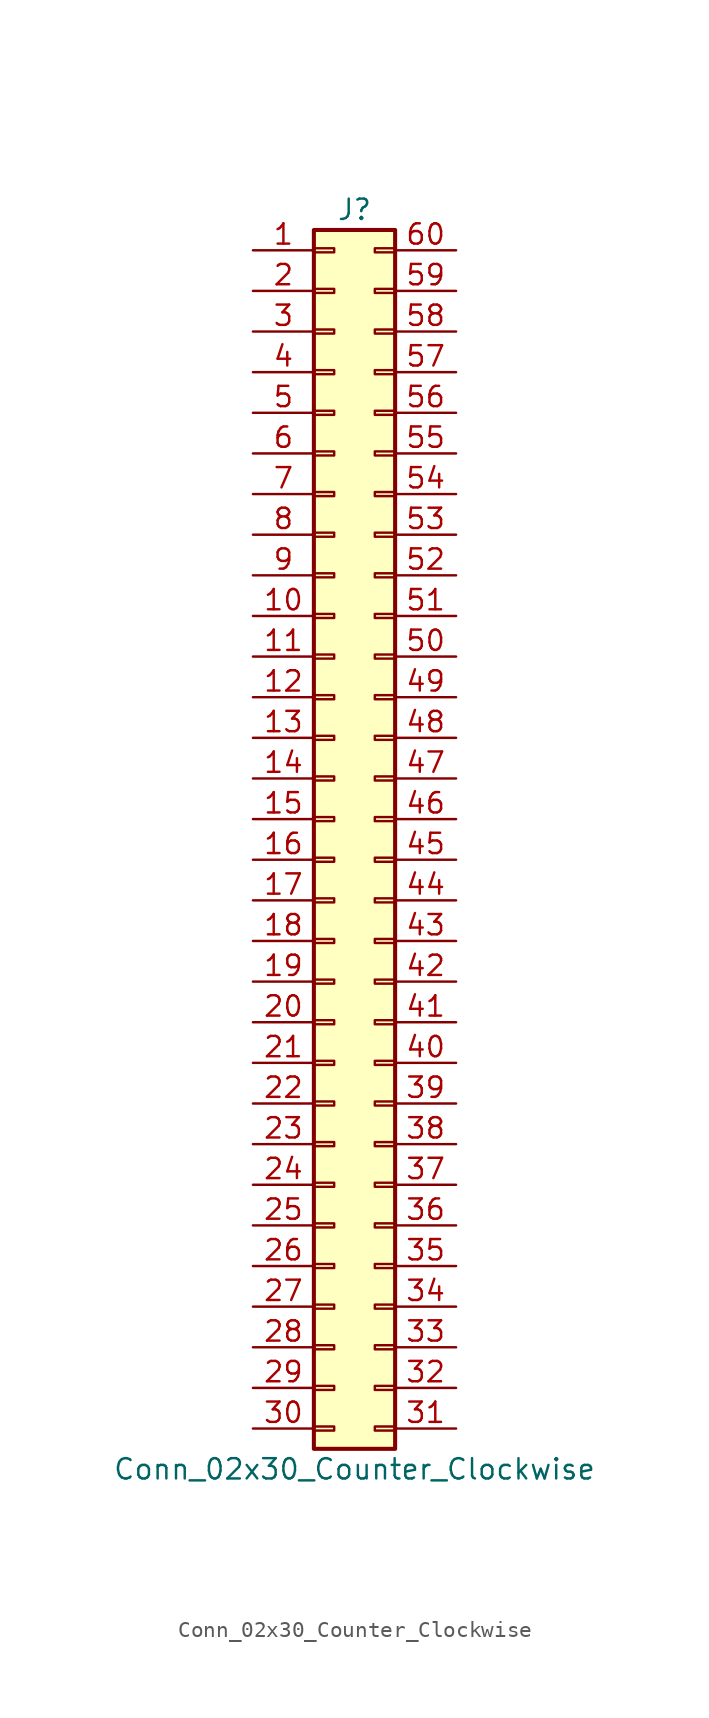
<source format=kicad_sym>
(kicad_symbol_lib
  (version 20201005)
  (generator kicad_symbol_editor)
  (symbol "Connector_Generic:Conn_02x30_Counter_Clockwise"
    (pin_names
      (offset 1.016) hide)
    (property "Reference" "J"
      (at 1.27 38.1 0)
      (effects (font (size 1.27 1.27))))
    (property "Value" "Conn_02x30_Counter_Clockwise"
      (at 1.27 -40.64 0)
      (effects (font (size 1.27 1.27))))
    (symbol "Conn_02x30_Counter_Clockwise_1_1"
      (rectangle (start -1.27 -27.813) (end 0 -28.067) (stroke (width 0.152)) (fill (type none)))
      (rectangle (start -1.27 -30.353) (end 0 -30.607) (stroke (width 0.152)) (fill (type none)))
      (rectangle (start -1.27 -32.893) (end 0 -33.147) (stroke (width 0.152)) (fill (type none)))
      (rectangle (start -1.27 -35.433) (end 0 -35.687) (stroke (width 0.152)) (fill (type none)))
      (rectangle (start -1.27 -37.973) (end 0 -38.227) (stroke (width 0.152)) (fill (type none)))
      (rectangle (start -1.27 -4.953) (end 0 -5.207) (stroke (width 0.152)) (fill (type none)))
      (rectangle (start -1.27 -7.493) (end 0 -7.747) (stroke (width 0.152)) (fill (type none)))
      (rectangle (start -1.27 -10.033) (end 0 -10.287) (stroke (width 0.152)) (fill (type none)))
      (rectangle (start -1.27 -12.573) (end 0 -12.827) (stroke (width 0.152)) (fill (type none)))
      (rectangle (start -1.27 -15.113) (end 0 -15.367) (stroke (width 0.152)) (fill (type none)))
      (rectangle (start -1.27 -17.653) (end 0 -17.907) (stroke (width 0.152)) (fill (type none)))
      (rectangle (start -1.27 -20.193) (end 0 -20.447) (stroke (width 0.152)) (fill (type none)))
      (rectangle (start -1.27 -22.733) (end 0 -22.987) (stroke (width 0.152)) (fill (type none)))
      (rectangle (start -1.27 -2.413) (end 0 -2.667) (stroke (width 0.152)) (fill (type none)))
      (rectangle (start -1.27 -25.273) (end 0 -25.527) (stroke (width 0.152)) (fill (type none)))
      (rectangle (start -1.27 25.527) (end 0 25.273) (stroke (width 0.152)) (fill (type none)))
      (rectangle (start -1.27 2.667) (end 0 2.413) (stroke (width 0.152)) (fill (type none)))
      (rectangle (start -1.27 28.067) (end 0 27.813) (stroke (width 0.152)) (fill (type none)))
      (rectangle (start -1.27 30.607) (end 0 30.353) (stroke (width 0.152)) (fill (type none)))
      (rectangle (start -1.27 33.147) (end 0 32.893) (stroke (width 0.152)) (fill (type none)))
      (rectangle (start -1.27 35.687) (end 0 35.433) (stroke (width 0.152)) (fill (type none)))
      (rectangle (start -1.27 36.83) (end 3.81 -39.37) (stroke (width 0.254)) (fill (type background)))
      (rectangle (start -1.27 5.207) (end 0 4.953) (stroke (width 0.152)) (fill (type none)))
      (rectangle (start -1.27 7.747) (end 0 7.493) (stroke (width 0.152)) (fill (type none)))
      (rectangle (start -1.27 10.287) (end 0 10.033) (stroke (width 0.152)) (fill (type none)))
      (rectangle (start -1.27 0.127) (end 0 -0.127) (stroke (width 0.152)) (fill (type none)))
      (rectangle (start -1.27 12.827) (end 0 12.573) (stroke (width 0.152)) (fill (type none)))
      (rectangle (start -1.27 15.367) (end 0 15.113) (stroke (width 0.152)) (fill (type none)))
      (rectangle (start -1.27 17.907) (end 0 17.653) (stroke (width 0.152)) (fill (type none)))
      (rectangle (start -1.27 20.447) (end 0 20.193) (stroke (width 0.152)) (fill (type none)))
      (rectangle (start -1.27 22.987) (end 0 22.733) (stroke (width 0.152)) (fill (type none)))
      (rectangle (start 3.81 -27.813) (end 2.54 -28.067) (stroke (width 0.152)) (fill (type none)))
      (rectangle (start 3.81 -30.353) (end 2.54 -30.607) (stroke (width 0.152)) (fill (type none)))
      (rectangle (start 3.81 -32.893) (end 2.54 -33.147) (stroke (width 0.152)) (fill (type none)))
      (rectangle (start 3.81 -35.433) (end 2.54 -35.687) (stroke (width 0.152)) (fill (type none)))
      (rectangle (start 3.81 -37.973) (end 2.54 -38.227) (stroke (width 0.152)) (fill (type none)))
      (rectangle (start 3.81 -4.953) (end 2.54 -5.207) (stroke (width 0.152)) (fill (type none)))
      (rectangle (start 3.81 -7.493) (end 2.54 -7.747) (stroke (width 0.152)) (fill (type none)))
      (rectangle (start 3.81 -10.033) (end 2.54 -10.287) (stroke (width 0.152)) (fill (type none)))
      (rectangle (start 3.81 -12.573) (end 2.54 -12.827) (stroke (width 0.152)) (fill (type none)))
      (rectangle (start 3.81 -15.113) (end 2.54 -15.367) (stroke (width 0.152)) (fill (type none)))
      (rectangle (start 3.81 -17.653) (end 2.54 -17.907) (stroke (width 0.152)) (fill (type none)))
      (rectangle (start 3.81 -20.193) (end 2.54 -20.447) (stroke (width 0.152)) (fill (type none)))
      (rectangle (start 3.81 -22.733) (end 2.54 -22.987) (stroke (width 0.152)) (fill (type none)))
      (rectangle (start 3.81 -2.413) (end 2.54 -2.667) (stroke (width 0.152)) (fill (type none)))
      (rectangle (start 3.81 -25.273) (end 2.54 -25.527) (stroke (width 0.152)) (fill (type none)))
      (rectangle (start 3.81 25.527) (end 2.54 25.273) (stroke (width 0.152)) (fill (type none)))
      (rectangle (start 3.81 2.667) (end 2.54 2.413) (stroke (width 0.152)) (fill (type none)))
      (rectangle (start 3.81 28.067) (end 2.54 27.813) (stroke (width 0.152)) (fill (type none)))
      (rectangle (start 3.81 30.607) (end 2.54 30.353) (stroke (width 0.152)) (fill (type none)))
      (rectangle (start 3.81 33.147) (end 2.54 32.893) (stroke (width 0.152)) (fill (type none)))
      (rectangle (start 3.81 35.687) (end 2.54 35.433) (stroke (width 0.152)) (fill (type none)))
      (rectangle (start 3.81 5.207) (end 2.54 4.953) (stroke (width 0.152)) (fill (type none)))
      (rectangle (start 3.81 7.747) (end 2.54 7.493) (stroke (width 0.152)) (fill (type none)))
      (rectangle (start 3.81 10.287) (end 2.54 10.033) (stroke (width 0.152)) (fill (type none)))
      (rectangle (start 3.81 0.127) (end 2.54 -0.127) (stroke (width 0.152)) (fill (type none)))
      (rectangle (start 3.81 12.827) (end 2.54 12.573) (stroke (width 0.152)) (fill (type none)))
      (rectangle (start 3.81 15.367) (end 2.54 15.113) (stroke (width 0.152)) (fill (type none)))
      (rectangle (start 3.81 17.907) (end 2.54 17.653) (stroke (width 0.152)) (fill (type none)))
      (rectangle (start 3.81 20.447) (end 2.54 20.193) (stroke (width 0.152)) (fill (type none)))
      (rectangle (start 3.81 22.987) (end 2.54 22.733) (stroke (width 0.152)) (fill (type none)))
      (pin passive line (at -5.08 35.56 0) (length 3.81) (name "Pin_1" (effects (font (size 1.27 1.27)))) (number "1" (effects (font (size 1.27 1.27)))))
      (pin passive line (at -5.08 12.7 0) (length 3.81) (name "Pin_10" (effects (font (size 1.27 1.27)))) (number "10" (effects (font (size 1.27 1.27)))))
      (pin passive line (at -5.08 10.16 0) (length 3.81) (name "Pin_11" (effects (font (size 1.27 1.27)))) (number "11" (effects (font (size 1.27 1.27)))))
      (pin passive line (at -5.08 7.62 0) (length 3.81) (name "Pin_12" (effects (font (size 1.27 1.27)))) (number "12" (effects (font (size 1.27 1.27)))))
      (pin passive line (at -5.08 5.08 0) (length 3.81) (name "Pin_13" (effects (font (size 1.27 1.27)))) (number "13" (effects (font (size 1.27 1.27)))))
      (pin passive line (at -5.08 2.54 0) (length 3.81) (name "Pin_14" (effects (font (size 1.27 1.27)))) (number "14" (effects (font (size 1.27 1.27)))))
      (pin passive line (at -5.08 0 0) (length 3.81) (name "Pin_15" (effects (font (size 1.27 1.27)))) (number "15" (effects (font (size 1.27 1.27)))))
      (pin passive line (at -5.08 -2.54 0) (length 3.81) (name "Pin_16" (effects (font (size 1.27 1.27)))) (number "16" (effects (font (size 1.27 1.27)))))
      (pin passive line (at -5.08 -5.08 0) (length 3.81) (name "Pin_17" (effects (font (size 1.27 1.27)))) (number "17" (effects (font (size 1.27 1.27)))))
      (pin passive line (at -5.08 -7.62 0) (length 3.81) (name "Pin_18" (effects (font (size 1.27 1.27)))) (number "18" (effects (font (size 1.27 1.27)))))
      (pin passive line (at -5.08 -10.16 0) (length 3.81) (name "Pin_19" (effects (font (size 1.27 1.27)))) (number "19" (effects (font (size 1.27 1.27)))))
      (pin passive line (at -5.08 33.02 0) (length 3.81) (name "Pin_2" (effects (font (size 1.27 1.27)))) (number "2" (effects (font (size 1.27 1.27)))))
      (pin passive line (at -5.08 -12.7 0) (length 3.81) (name "Pin_20" (effects (font (size 1.27 1.27)))) (number "20" (effects (font (size 1.27 1.27)))))
      (pin passive line (at -5.08 -15.24 0) (length 3.81) (name "Pin_21" (effects (font (size 1.27 1.27)))) (number "21" (effects (font (size 1.27 1.27)))))
      (pin passive line (at -5.08 -17.78 0) (length 3.81) (name "Pin_22" (effects (font (size 1.27 1.27)))) (number "22" (effects (font (size 1.27 1.27)))))
      (pin passive line (at -5.08 -20.32 0) (length 3.81) (name "Pin_23" (effects (font (size 1.27 1.27)))) (number "23" (effects (font (size 1.27 1.27)))))
      (pin passive line (at -5.08 -22.86 0) (length 3.81) (name "Pin_24" (effects (font (size 1.27 1.27)))) (number "24" (effects (font (size 1.27 1.27)))))
      (pin passive line (at -5.08 -25.4 0) (length 3.81) (name "Pin_25" (effects (font (size 1.27 1.27)))) (number "25" (effects (font (size 1.27 1.27)))))
      (pin passive line (at -5.08 -27.94 0) (length 3.81) (name "Pin_26" (effects (font (size 1.27 1.27)))) (number "26" (effects (font (size 1.27 1.27)))))
      (pin passive line (at -5.08 -30.48 0) (length 3.81) (name "Pin_27" (effects (font (size 1.27 1.27)))) (number "27" (effects (font (size 1.27 1.27)))))
      (pin passive line (at -5.08 -33.02 0) (length 3.81) (name "Pin_28" (effects (font (size 1.27 1.27)))) (number "28" (effects (font (size 1.27 1.27)))))
      (pin passive line (at -5.08 -35.56 0) (length 3.81) (name "Pin_29" (effects (font (size 1.27 1.27)))) (number "29" (effects (font (size 1.27 1.27)))))
      (pin passive line (at -5.08 30.48 0) (length 3.81) (name "Pin_3" (effects (font (size 1.27 1.27)))) (number "3" (effects (font (size 1.27 1.27)))))
      (pin passive line (at -5.08 -38.1 0) (length 3.81) (name "Pin_30" (effects (font (size 1.27 1.27)))) (number "30" (effects (font (size 1.27 1.27)))))
      (pin passive line (at 7.62 -38.1 180) (length 3.81) (name "Pin_31" (effects (font (size 1.27 1.27)))) (number "31" (effects (font (size 1.27 1.27)))))
      (pin passive line (at 7.62 -35.56 180) (length 3.81) (name "Pin_32" (effects (font (size 1.27 1.27)))) (number "32" (effects (font (size 1.27 1.27)))))
      (pin passive line (at 7.62 -33.02 180) (length 3.81) (name "Pin_33" (effects (font (size 1.27 1.27)))) (number "33" (effects (font (size 1.27 1.27)))))
      (pin passive line (at 7.62 -30.48 180) (length 3.81) (name "Pin_34" (effects (font (size 1.27 1.27)))) (number "34" (effects (font (size 1.27 1.27)))))
      (pin passive line (at 7.62 -27.94 180) (length 3.81) (name "Pin_35" (effects (font (size 1.27 1.27)))) (number "35" (effects (font (size 1.27 1.27)))))
      (pin passive line (at 7.62 -25.4 180) (length 3.81) (name "Pin_36" (effects (font (size 1.27 1.27)))) (number "36" (effects (font (size 1.27 1.27)))))
      (pin passive line (at 7.62 -22.86 180) (length 3.81) (name "Pin_37" (effects (font (size 1.27 1.27)))) (number "37" (effects (font (size 1.27 1.27)))))
      (pin passive line (at 7.62 -20.32 180) (length 3.81) (name "Pin_38" (effects (font (size 1.27 1.27)))) (number "38" (effects (font (size 1.27 1.27)))))
      (pin passive line (at 7.62 -17.78 180) (length 3.81) (name "Pin_39" (effects (font (size 1.27 1.27)))) (number "39" (effects (font (size 1.27 1.27)))))
      (pin passive line (at -5.08 27.94 0) (length 3.81) (name "Pin_4" (effects (font (size 1.27 1.27)))) (number "4" (effects (font (size 1.27 1.27)))))
      (pin passive line (at 7.62 -15.24 180) (length 3.81) (name "Pin_40" (effects (font (size 1.27 1.27)))) (number "40" (effects (font (size 1.27 1.27)))))
      (pin passive line (at 7.62 -12.7 180) (length 3.81) (name "Pin_41" (effects (font (size 1.27 1.27)))) (number "41" (effects (font (size 1.27 1.27)))))
      (pin passive line (at 7.62 -10.16 180) (length 3.81) (name "Pin_42" (effects (font (size 1.27 1.27)))) (number "42" (effects (font (size 1.27 1.27)))))
      (pin passive line (at 7.62 -7.62 180) (length 3.81) (name "Pin_43" (effects (font (size 1.27 1.27)))) (number "43" (effects (font (size 1.27 1.27)))))
      (pin passive line (at 7.62 -5.08 180) (length 3.81) (name "Pin_44" (effects (font (size 1.27 1.27)))) (number "44" (effects (font (size 1.27 1.27)))))
      (pin passive line (at 7.62 -2.54 180) (length 3.81) (name "Pin_45" (effects (font (size 1.27 1.27)))) (number "45" (effects (font (size 1.27 1.27)))))
      (pin passive line (at 7.62 0 180) (length 3.81) (name "Pin_46" (effects (font (size 1.27 1.27)))) (number "46" (effects (font (size 1.27 1.27)))))
      (pin passive line (at 7.62 2.54 180) (length 3.81) (name "Pin_47" (effects (font (size 1.27 1.27)))) (number "47" (effects (font (size 1.27 1.27)))))
      (pin passive line (at 7.62 5.08 180) (length 3.81) (name "Pin_48" (effects (font (size 1.27 1.27)))) (number "48" (effects (font (size 1.27 1.27)))))
      (pin passive line (at 7.62 7.62 180) (length 3.81) (name "Pin_49" (effects (font (size 1.27 1.27)))) (number "49" (effects (font (size 1.27 1.27)))))
      (pin passive line (at -5.08 25.4 0) (length 3.81) (name "Pin_5" (effects (font (size 1.27 1.27)))) (number "5" (effects (font (size 1.27 1.27)))))
      (pin passive line (at 7.62 10.16 180) (length 3.81) (name "Pin_50" (effects (font (size 1.27 1.27)))) (number "50" (effects (font (size 1.27 1.27)))))
      (pin passive line (at 7.62 12.7 180) (length 3.81) (name "Pin_51" (effects (font (size 1.27 1.27)))) (number "51" (effects (font (size 1.27 1.27)))))
      (pin passive line (at 7.62 15.24 180) (length 3.81) (name "Pin_52" (effects (font (size 1.27 1.27)))) (number "52" (effects (font (size 1.27 1.27)))))
      (pin passive line (at 7.62 17.78 180) (length 3.81) (name "Pin_53" (effects (font (size 1.27 1.27)))) (number "53" (effects (font (size 1.27 1.27)))))
      (pin passive line (at 7.62 20.32 180) (length 3.81) (name "Pin_54" (effects (font (size 1.27 1.27)))) (number "54" (effects (font (size 1.27 1.27)))))
      (pin passive line (at 7.62 22.86 180) (length 3.81) (name "Pin_55" (effects (font (size 1.27 1.27)))) (number "55" (effects (font (size 1.27 1.27)))))
      (pin passive line (at 7.62 25.4 180) (length 3.81) (name "Pin_56" (effects (font (size 1.27 1.27)))) (number "56" (effects (font (size 1.27 1.27)))))
      (pin passive line (at 7.62 27.94 180) (length 3.81) (name "Pin_57" (effects (font (size 1.27 1.27)))) (number "57" (effects (font (size 1.27 1.27)))))
      (pin passive line (at 7.62 30.48 180) (length 3.81) (name "Pin_58" (effects (font (size 1.27 1.27)))) (number "58" (effects (font (size 1.27 1.27)))))
      (pin passive line (at 7.62 33.02 180) (length 3.81) (name "Pin_59" (effects (font (size 1.27 1.27)))) (number "59" (effects (font (size 1.27 1.27)))))
      (pin passive line (at -5.08 22.86 0) (length 3.81) (name "Pin_6" (effects (font (size 1.27 1.27)))) (number "6" (effects (font (size 1.27 1.27)))))
      (pin passive line (at 7.62 35.56 180) (length 3.81) (name "Pin_60" (effects (font (size 1.27 1.27)))) (number "60" (effects (font (size 1.27 1.27)))))
      (pin passive line (at -5.08 20.32 0) (length 3.81) (name "Pin_7" (effects (font (size 1.27 1.27)))) (number "7" (effects (font (size 1.27 1.27)))))
      (pin passive line (at -5.08 17.78 0) (length 3.81) (name "Pin_8" (effects (font (size 1.27 1.27)))) (number "8" (effects (font (size 1.27 1.27)))))
      (pin passive line (at -5.08 15.24 0) (length 3.81) (name "Pin_9" (effects (font (size 1.27 1.27)))) (number "9" (effects (font (size 1.27 1.27))))))))
</source>
